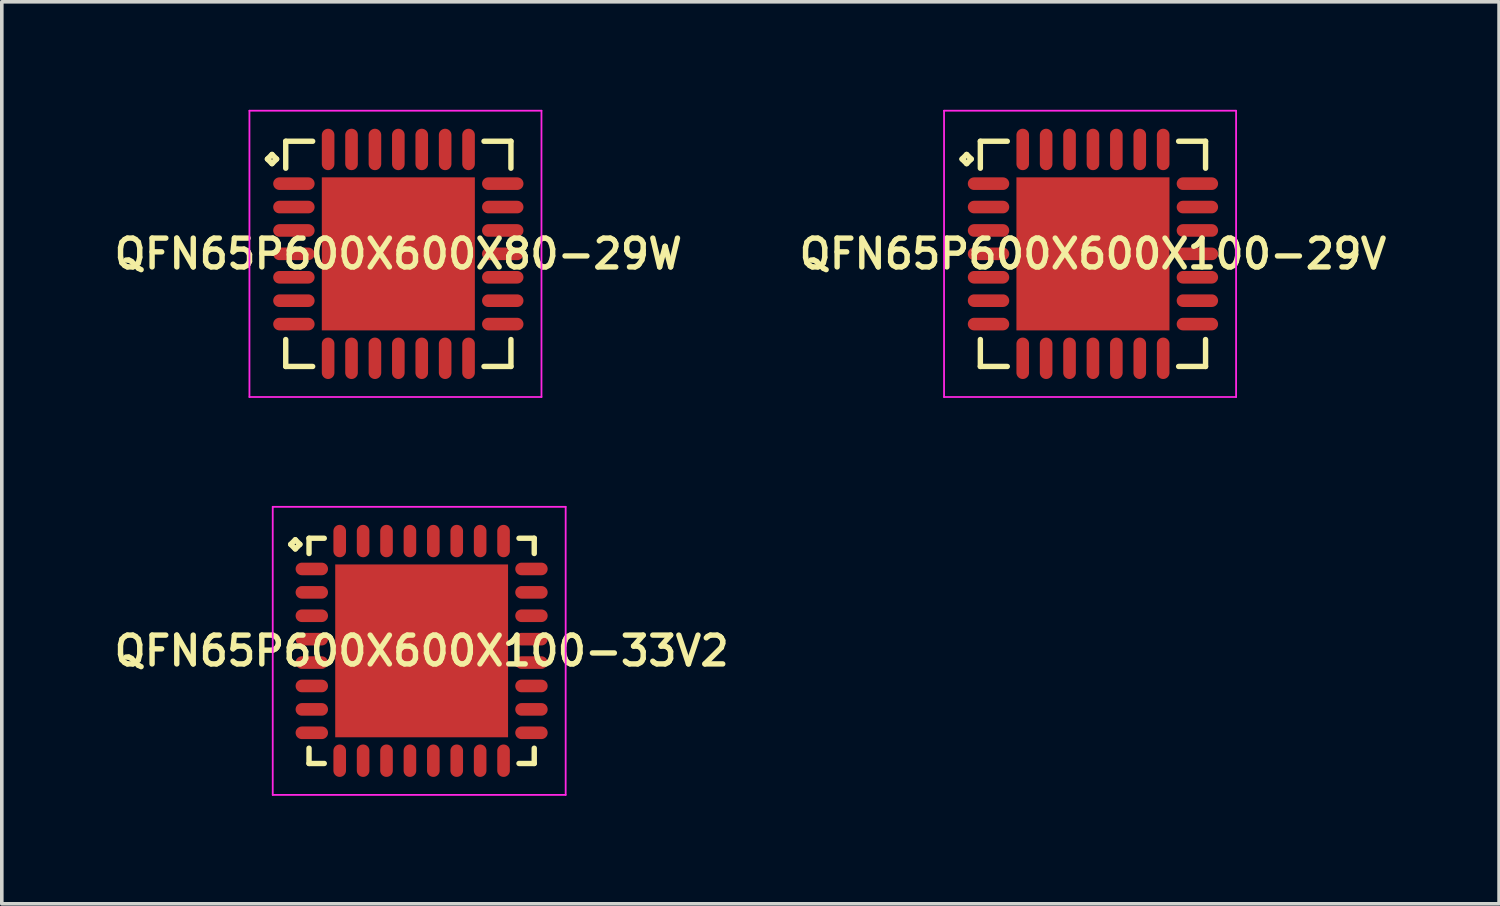
<source format=kicad_pcb>
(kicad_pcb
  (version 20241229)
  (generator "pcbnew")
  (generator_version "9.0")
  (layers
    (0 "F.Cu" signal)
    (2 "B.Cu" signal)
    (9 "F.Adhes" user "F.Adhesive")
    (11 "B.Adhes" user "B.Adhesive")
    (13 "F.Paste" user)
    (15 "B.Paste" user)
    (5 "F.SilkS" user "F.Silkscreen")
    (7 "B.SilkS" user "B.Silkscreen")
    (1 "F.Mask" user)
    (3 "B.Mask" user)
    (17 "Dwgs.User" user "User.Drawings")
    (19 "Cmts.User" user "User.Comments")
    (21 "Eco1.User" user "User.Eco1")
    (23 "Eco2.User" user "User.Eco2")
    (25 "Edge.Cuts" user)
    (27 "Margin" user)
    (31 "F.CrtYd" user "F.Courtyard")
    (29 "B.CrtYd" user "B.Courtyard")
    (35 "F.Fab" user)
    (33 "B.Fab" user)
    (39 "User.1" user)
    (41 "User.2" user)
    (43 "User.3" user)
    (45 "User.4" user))
  (footprint "QFN65P600X600X80-29W"
    (layer "F.Cu")
    (at 8.012 4)
    (property "Reference" "QFN65P600X600X80-29W" (at 0 0 0) (layer "F.SilkS") (effects (font (size 0.8 0.8) (thickness 0.15))))
    (attr smd)
    (fp_line (start -3.635 -2.633) (end -3.508 -2.76) (stroke (width 0.15) (type solid)) (layer "F.SilkS"))
    (fp_line (start -3.508 -2.76) (end -3.381 -2.633) (stroke (width 0.15) (type solid)) (layer "F.SilkS"))
    (fp_line (start -3.508 -2.506) (end -3.635 -2.633) (stroke (width 0.15) (type solid)) (layer "F.SilkS"))
    (fp_line (start -3.381 -2.633) (end -3.508 -2.506) (stroke (width 0.15) (type solid)) (layer "F.SilkS"))
    (fp_line (start -3.127 -3.127) (end -2.379 -3.127) (stroke (width 0.15) (type solid)) (layer "F.SilkS"))
    (fp_line (start -3.127 -2.379) (end -3.127 -3.127) (stroke (width 0.15) (type solid)) (layer "F.SilkS"))
    (fp_line (start -3.127 2.379) (end -3.127 3.127) (stroke (width 0.15) (type solid)) (layer "F.SilkS"))
    (fp_line (start -3.127 3.127) (end -2.379 3.127) (stroke (width 0.15) (type solid)) (layer "F.SilkS"))
    (fp_line (start 2.379 -3.127) (end 3.127 -3.127) (stroke (width 0.15) (type solid)) (layer "F.SilkS"))
    (fp_line (start 2.379 3.127) (end 3.127 3.127) (stroke (width 0.15) (type solid)) (layer "F.SilkS"))
    (fp_line (start 3.127 -3.127) (end 3.127 -2.379) (stroke (width 0.15) (type solid)) (layer "F.SilkS"))
    (fp_line (start 3.127 3.127) (end 3.127 2.379) (stroke (width 0.15) (type solid)) (layer "F.SilkS"))
    (fp_line (start -4.135 -3.975) (end 3.975 -3.975) (stroke (width 0.05) (type solid)) (layer "F.CrtYd"))
    (fp_line (start -4.135 3.975) (end -4.135 -3.975) (stroke (width 0.05) (type solid)) (layer "F.CrtYd"))
    (fp_line (start 3.975 -3.975) (end 3.975 3.975) (stroke (width 0.05) (type solid)) (layer "F.CrtYd"))
    (fp_line (start 3.975 3.975) (end -4.135 3.975) (stroke (width 0.05) (type solid)) (layer "F.CrtYd"))
    (pad "1" smd oval (at -2.9 -1.95) (size 1.15 0.35) (layers "F.Cu" "F.Mask" "F.Paste"))
    (pad "2" smd oval (at -2.9 -1.3) (size 1.15 0.35) (layers "F.Cu" "F.Mask" "F.Paste"))
    (pad "3" smd oval (at -2.9 -0.65) (size 1.15 0.35) (layers "F.Cu" "F.Mask" "F.Paste"))
    (pad "4" smd oval (at -2.9 0) (size 1.15 0.35) (layers "F.Cu" "F.Mask" "F.Paste"))
    (pad "5" smd oval (at -2.9 0.65) (size 1.15 0.35) (layers "F.Cu" "F.Mask" "F.Paste"))
    (pad "6" smd oval (at -2.9 1.3) (size 1.15 0.35) (layers "F.Cu" "F.Mask" "F.Paste"))
    (pad "7" smd oval (at -2.9 1.95) (size 1.15 0.35) (layers "F.Cu" "F.Mask" "F.Paste"))
    (pad "8" smd oval (at -1.95 2.9) (size 0.35 1.15) (layers "F.Cu" "F.Mask" "F.Paste"))
    (pad "9" smd oval (at -1.3 2.9) (size 0.35 1.15) (layers "F.Cu" "F.Mask" "F.Paste"))
    (pad "10" smd oval (at -0.65 2.9) (size 0.35 1.15) (layers "F.Cu" "F.Mask" "F.Paste"))
    (pad "11" smd oval (at 0 2.9) (size 0.35 1.15) (layers "F.Cu" "F.Mask" "F.Paste"))
    (pad "12" smd oval (at 0.65 2.9) (size 0.35 1.15) (layers "F.Cu" "F.Mask" "F.Paste"))
    (pad "13" smd oval (at 1.3 2.9) (size 0.35 1.15) (layers "F.Cu" "F.Mask" "F.Paste"))
    (pad "14" smd oval (at 1.95 2.9) (size 0.35 1.15) (layers "F.Cu" "F.Mask" "F.Paste"))
    (pad "15" smd oval (at 2.9 1.95) (size 1.15 0.35) (layers "F.Cu" "F.Mask" "F.Paste"))
    (pad "16" smd oval (at 2.9 1.3) (size 1.15 0.35) (layers "F.Cu" "F.Mask" "F.Paste"))
    (pad "17" smd oval (at 2.9 0.65) (size 1.15 0.35) (layers "F.Cu" "F.Mask" "F.Paste"))
    (pad "18" smd oval (at 2.9 0) (size 1.15 0.35) (layers "F.Cu" "F.Mask" "F.Paste"))
    (pad "19" smd oval (at 2.9 -0.65) (size 1.15 0.35) (layers "F.Cu" "F.Mask" "F.Paste"))
    (pad "20" smd oval (at 2.9 -1.3) (size 1.15 0.35) (layers "F.Cu" "F.Mask" "F.Paste"))
    (pad "21" smd oval (at 2.9 -1.95) (size 1.15 0.35) (layers "F.Cu" "F.Mask" "F.Paste"))
    (pad "22" smd oval (at 1.95 -2.9) (size 0.35 1.15) (layers "F.Cu" "F.Mask" "F.Paste"))
    (pad "23" smd oval (at 1.3 -2.9) (size 0.35 1.15) (layers "F.Cu" "F.Mask" "F.Paste"))
    (pad "24" smd oval (at 0.65 -2.9) (size 0.35 1.15) (layers "F.Cu" "F.Mask" "F.Paste"))
    (pad "25" smd oval (at 0 -2.9) (size 0.35 1.15) (layers "F.Cu" "F.Mask" "F.Paste"))
    (pad "26" smd oval (at -0.65 -2.9) (size 0.35 1.15) (layers "F.Cu" "F.Mask" "F.Paste"))
    (pad "27" smd oval (at -1.3 -2.9) (size 0.35 1.15) (layers "F.Cu" "F.Mask" "F.Paste"))
    (pad "28" smd oval (at -1.95 -2.9) (size 0.35 1.15) (layers "F.Cu" "F.Mask" "F.Paste"))
    (pad "29" smd rect (at 0 0) (size 4.25 4.25) (layers "F.Cu" "F.Mask" "F.Paste")))
  (footprint "QFN65P600X600X100-33V2"
    (layer "F.Cu")
    (at 8.659 15.025)
    (property "Reference" "QFN65P600X600X100-33V2" (at 0 0 0) (layer "F.SilkS") (effects (font (size 0.8 0.8) (thickness 0.15))))
    (attr smd)
    (fp_line (start -3.635 -2.958) (end -3.508 -3.085) (stroke (width 0.15) (type solid)) (layer "F.SilkS"))
    (fp_line (start -3.508 -3.085) (end -3.381 -2.958) (stroke (width 0.15) (type solid)) (layer "F.SilkS"))
    (fp_line (start -3.508 -2.831) (end -3.635 -2.958) (stroke (width 0.15) (type solid)) (layer "F.SilkS"))
    (fp_line (start -3.381 -2.958) (end -3.508 -2.831) (stroke (width 0.15) (type solid)) (layer "F.SilkS"))
    (fp_line (start -3.127 -3.127) (end -2.704 -3.127) (stroke (width 0.15) (type solid)) (layer "F.SilkS"))
    (fp_line (start -3.127 -2.704) (end -3.127 -3.127) (stroke (width 0.15) (type solid)) (layer "F.SilkS"))
    (fp_line (start -3.127 2.704) (end -3.127 3.127) (stroke (width 0.15) (type solid)) (layer "F.SilkS"))
    (fp_line (start -3.127 3.127) (end -2.704 3.127) (stroke (width 0.15) (type solid)) (layer "F.SilkS"))
    (fp_line (start 2.704 -3.127) (end 3.127 -3.127) (stroke (width 0.15) (type solid)) (layer "F.SilkS"))
    (fp_line (start 2.704 3.127) (end 3.127 3.127) (stroke (width 0.15) (type solid)) (layer "F.SilkS"))
    (fp_line (start 3.127 -3.127) (end 3.127 -2.704) (stroke (width 0.15) (type solid)) (layer "F.SilkS"))
    (fp_line (start 3.127 3.127) (end 3.127 2.704) (stroke (width 0.15) (type solid)) (layer "F.SilkS"))
    (fp_line (start -4.135 -4) (end 4 -4) (stroke (width 0.05) (type solid)) (layer "F.CrtYd"))
    (fp_line (start -4.135 4) (end -4.135 -4) (stroke (width 0.05) (type solid)) (layer "F.CrtYd"))
    (fp_line (start 4 -4) (end 4 4) (stroke (width 0.05) (type solid)) (layer "F.CrtYd"))
    (fp_line (start 4 4) (end -4.135 4) (stroke (width 0.05) (type solid)) (layer "F.CrtYd"))
    (pad "1" smd oval (at -3.05 -2.275) (size 0.9 0.35) (layers "F.Cu" "F.Mask" "F.Paste"))
    (pad "2" smd oval (at -3.05 -1.625) (size 0.9 0.35) (layers "F.Cu" "F.Mask" "F.Paste"))
    (pad "3" smd oval (at -3.05 -0.975) (size 0.9 0.35) (layers "F.Cu" "F.Mask" "F.Paste"))
    (pad "4" smd oval (at -3.05 -0.325) (size 0.9 0.35) (layers "F.Cu" "F.Mask" "F.Paste"))
    (pad "5" smd oval (at -3.05 0.325) (size 0.9 0.35) (layers "F.Cu" "F.Mask" "F.Paste"))
    (pad "6" smd oval (at -3.05 0.975) (size 0.9 0.35) (layers "F.Cu" "F.Mask" "F.Paste"))
    (pad "7" smd oval (at -3.05 1.625) (size 0.9 0.35) (layers "F.Cu" "F.Mask" "F.Paste"))
    (pad "8" smd oval (at -3.05 2.275) (size 0.9 0.35) (layers "F.Cu" "F.Mask" "F.Paste"))
    (pad "9" smd oval (at -2.275 3.05) (size 0.35 0.9) (layers "F.Cu" "F.Mask" "F.Paste"))
    (pad "10" smd oval (at -1.625 3.05) (size 0.35 0.9) (layers "F.Cu" "F.Mask" "F.Paste"))
    (pad "11" smd oval (at -0.975 3.05) (size 0.35 0.9) (layers "F.Cu" "F.Mask" "F.Paste"))
    (pad "12" smd oval (at -0.325 3.05) (size 0.35 0.9) (layers "F.Cu" "F.Mask" "F.Paste"))
    (pad "13" smd oval (at 0.325 3.05) (size 0.35 0.9) (layers "F.Cu" "F.Mask" "F.Paste"))
    (pad "14" smd oval (at 0.975 3.05) (size 0.35 0.9) (layers "F.Cu" "F.Mask" "F.Paste"))
    (pad "15" smd oval (at 1.625 3.05) (size 0.35 0.9) (layers "F.Cu" "F.Mask" "F.Paste"))
    (pad "16" smd oval (at 2.275 3.05) (size 0.35 0.9) (layers "F.Cu" "F.Mask" "F.Paste"))
    (pad "17" smd oval (at 3.05 2.275) (size 0.9 0.35) (layers "F.Cu" "F.Mask" "F.Paste"))
    (pad "18" smd oval (at 3.05 1.625) (size 0.9 0.35) (layers "F.Cu" "F.Mask" "F.Paste"))
    (pad "19" smd oval (at 3.05 0.975) (size 0.9 0.35) (layers "F.Cu" "F.Mask" "F.Paste"))
    (pad "20" smd oval (at 3.05 0.325) (size 0.9 0.35) (layers "F.Cu" "F.Mask" "F.Paste"))
    (pad "21" smd oval (at 3.05 -0.325) (size 0.9 0.35) (layers "F.Cu" "F.Mask" "F.Paste"))
    (pad "22" smd oval (at 3.05 -0.975) (size 0.9 0.35) (layers "F.Cu" "F.Mask" "F.Paste"))
    (pad "23" smd oval (at 3.05 -1.625) (size 0.9 0.35) (layers "F.Cu" "F.Mask" "F.Paste"))
    (pad "24" smd oval (at 3.05 -2.275) (size 0.9 0.35) (layers "F.Cu" "F.Mask" "F.Paste"))
    (pad "25" smd oval (at 2.275 -3.05) (size 0.35 0.9) (layers "F.Cu" "F.Mask" "F.Paste"))
    (pad "26" smd oval (at 1.625 -3.05) (size 0.35 0.9) (layers "F.Cu" "F.Mask" "F.Paste"))
    (pad "27" smd oval (at 0.975 -3.05) (size 0.35 0.9) (layers "F.Cu" "F.Mask" "F.Paste"))
    (pad "28" smd oval (at 0.325 -3.05) (size 0.35 0.9) (layers "F.Cu" "F.Mask" "F.Paste"))
    (pad "29" smd oval (at -0.325 -3.05) (size 0.35 0.9) (layers "F.Cu" "F.Mask" "F.Paste"))
    (pad "30" smd oval (at -0.975 -3.05) (size 0.35 0.9) (layers "F.Cu" "F.Mask" "F.Paste"))
    (pad "31" smd oval (at -1.625 -3.05) (size 0.35 0.9) (layers "F.Cu" "F.Mask" "F.Paste"))
    (pad "32" smd oval (at -2.275 -3.05) (size 0.35 0.9) (layers "F.Cu" "F.Mask" "F.Paste"))
    (pad "33" smd rect (at 0 0) (size 4.8 4.8) (layers "F.Cu" "F.Mask" "F.Paste")))
  (footprint "QFN65P600X600X100-29V"
    (layer "F.Cu")
    (at 27.302 4)
    (property "Reference" "QFN65P600X600X100-29V" (at 0 0 0) (layer "F.SilkS") (effects (font (size 0.8 0.8) (thickness 0.15))))
    (attr smd)
    (fp_line (start -3.635 -2.633) (end -3.508 -2.76) (stroke (width 0.15) (type solid)) (layer "F.SilkS"))
    (fp_line (start -3.508 -2.76) (end -3.381 -2.633) (stroke (width 0.15) (type solid)) (layer "F.SilkS"))
    (fp_line (start -3.508 -2.506) (end -3.635 -2.633) (stroke (width 0.15) (type solid)) (layer "F.SilkS"))
    (fp_line (start -3.381 -2.633) (end -3.508 -2.506) (stroke (width 0.15) (type solid)) (layer "F.SilkS"))
    (fp_line (start -3.127 -3.127) (end -2.379 -3.127) (stroke (width 0.15) (type solid)) (layer "F.SilkS"))
    (fp_line (start -3.127 -2.379) (end -3.127 -3.127) (stroke (width 0.15) (type solid)) (layer "F.SilkS"))
    (fp_line (start -3.127 2.379) (end -3.127 3.127) (stroke (width 0.15) (type solid)) (layer "F.SilkS"))
    (fp_line (start -3.127 3.127) (end -2.379 3.127) (stroke (width 0.15) (type solid)) (layer "F.SilkS"))
    (fp_line (start 2.379 -3.127) (end 3.127 -3.127) (stroke (width 0.15) (type solid)) (layer "F.SilkS"))
    (fp_line (start 2.379 3.127) (end 3.127 3.127) (stroke (width 0.15) (type solid)) (layer "F.SilkS"))
    (fp_line (start 3.127 -3.127) (end 3.127 -2.379) (stroke (width 0.15) (type solid)) (layer "F.SilkS"))
    (fp_line (start 3.127 3.127) (end 3.127 2.379) (stroke (width 0.15) (type solid)) (layer "F.SilkS"))
    (fp_line (start -4.135 -3.975) (end 3.975 -3.975) (stroke (width 0.05) (type solid)) (layer "F.CrtYd"))
    (fp_line (start -4.135 3.975) (end -4.135 -3.975) (stroke (width 0.05) (type solid)) (layer "F.CrtYd"))
    (fp_line (start 3.975 -3.975) (end 3.975 3.975) (stroke (width 0.05) (type solid)) (layer "F.CrtYd"))
    (fp_line (start 3.975 3.975) (end -4.135 3.975) (stroke (width 0.05) (type solid)) (layer "F.CrtYd"))
    (pad "1" smd oval (at -2.9 -1.95) (size 1.15 0.35) (layers "F.Cu" "F.Mask" "F.Paste"))
    (pad "2" smd oval (at -2.9 -1.3) (size 1.15 0.35) (layers "F.Cu" "F.Mask" "F.Paste"))
    (pad "3" smd oval (at -2.9 -0.65) (size 1.15 0.35) (layers "F.Cu" "F.Mask" "F.Paste"))
    (pad "4" smd oval (at -2.9 0) (size 1.15 0.35) (layers "F.Cu" "F.Mask" "F.Paste"))
    (pad "5" smd oval (at -2.9 0.65) (size 1.15 0.35) (layers "F.Cu" "F.Mask" "F.Paste"))
    (pad "6" smd oval (at -2.9 1.3) (size 1.15 0.35) (layers "F.Cu" "F.Mask" "F.Paste"))
    (pad "7" smd oval (at -2.9 1.95) (size 1.15 0.35) (layers "F.Cu" "F.Mask" "F.Paste"))
    (pad "8" smd oval (at -1.95 2.9) (size 0.35 1.15) (layers "F.Cu" "F.Mask" "F.Paste"))
    (pad "9" smd oval (at -1.3 2.9) (size 0.35 1.15) (layers "F.Cu" "F.Mask" "F.Paste"))
    (pad "10" smd oval (at -0.65 2.9) (size 0.35 1.15) (layers "F.Cu" "F.Mask" "F.Paste"))
    (pad "11" smd oval (at 0 2.9) (size 0.35 1.15) (layers "F.Cu" "F.Mask" "F.Paste"))
    (pad "12" smd oval (at 0.65 2.9) (size 0.35 1.15) (layers "F.Cu" "F.Mask" "F.Paste"))
    (pad "13" smd oval (at 1.3 2.9) (size 0.35 1.15) (layers "F.Cu" "F.Mask" "F.Paste"))
    (pad "14" smd oval (at 1.95 2.9) (size 0.35 1.15) (layers "F.Cu" "F.Mask" "F.Paste"))
    (pad "15" smd oval (at 2.9 1.95) (size 1.15 0.35) (layers "F.Cu" "F.Mask" "F.Paste"))
    (pad "16" smd oval (at 2.9 1.3) (size 1.15 0.35) (layers "F.Cu" "F.Mask" "F.Paste"))
    (pad "17" smd oval (at 2.9 0.65) (size 1.15 0.35) (layers "F.Cu" "F.Mask" "F.Paste"))
    (pad "18" smd oval (at 2.9 0) (size 1.15 0.35) (layers "F.Cu" "F.Mask" "F.Paste"))
    (pad "19" smd oval (at 2.9 -0.65) (size 1.15 0.35) (layers "F.Cu" "F.Mask" "F.Paste"))
    (pad "20" smd oval (at 2.9 -1.3) (size 1.15 0.35) (layers "F.Cu" "F.Mask" "F.Paste"))
    (pad "21" smd oval (at 2.9 -1.95) (size 1.15 0.35) (layers "F.Cu" "F.Mask" "F.Paste"))
    (pad "22" smd oval (at 1.95 -2.9) (size 0.35 1.15) (layers "F.Cu" "F.Mask" "F.Paste"))
    (pad "23" smd oval (at 1.3 -2.9) (size 0.35 1.15) (layers "F.Cu" "F.Mask" "F.Paste"))
    (pad "24" smd oval (at 0.65 -2.9) (size 0.35 1.15) (layers "F.Cu" "F.Mask" "F.Paste"))
    (pad "25" smd oval (at 0 -2.9) (size 0.35 1.15) (layers "F.Cu" "F.Mask" "F.Paste"))
    (pad "26" smd oval (at -0.65 -2.9) (size 0.35 1.15) (layers "F.Cu" "F.Mask" "F.Paste"))
    (pad "27" smd oval (at -1.3 -2.9) (size 0.35 1.15) (layers "F.Cu" "F.Mask" "F.Paste"))
    (pad "28" smd oval (at -1.95 -2.9) (size 0.35 1.15) (layers "F.Cu" "F.Mask" "F.Paste"))
    (pad "29" smd rect (at 0 0) (size 4.25 4.25) (layers "F.Cu" "F.Mask" "F.Paste")))
  (gr_rect
    (start -3 -3)
    (end 38.58 22.05)
    (stroke (width 0.1) (type default))
    (fill no)
    (layer "Edge.Cuts")))
</source>
